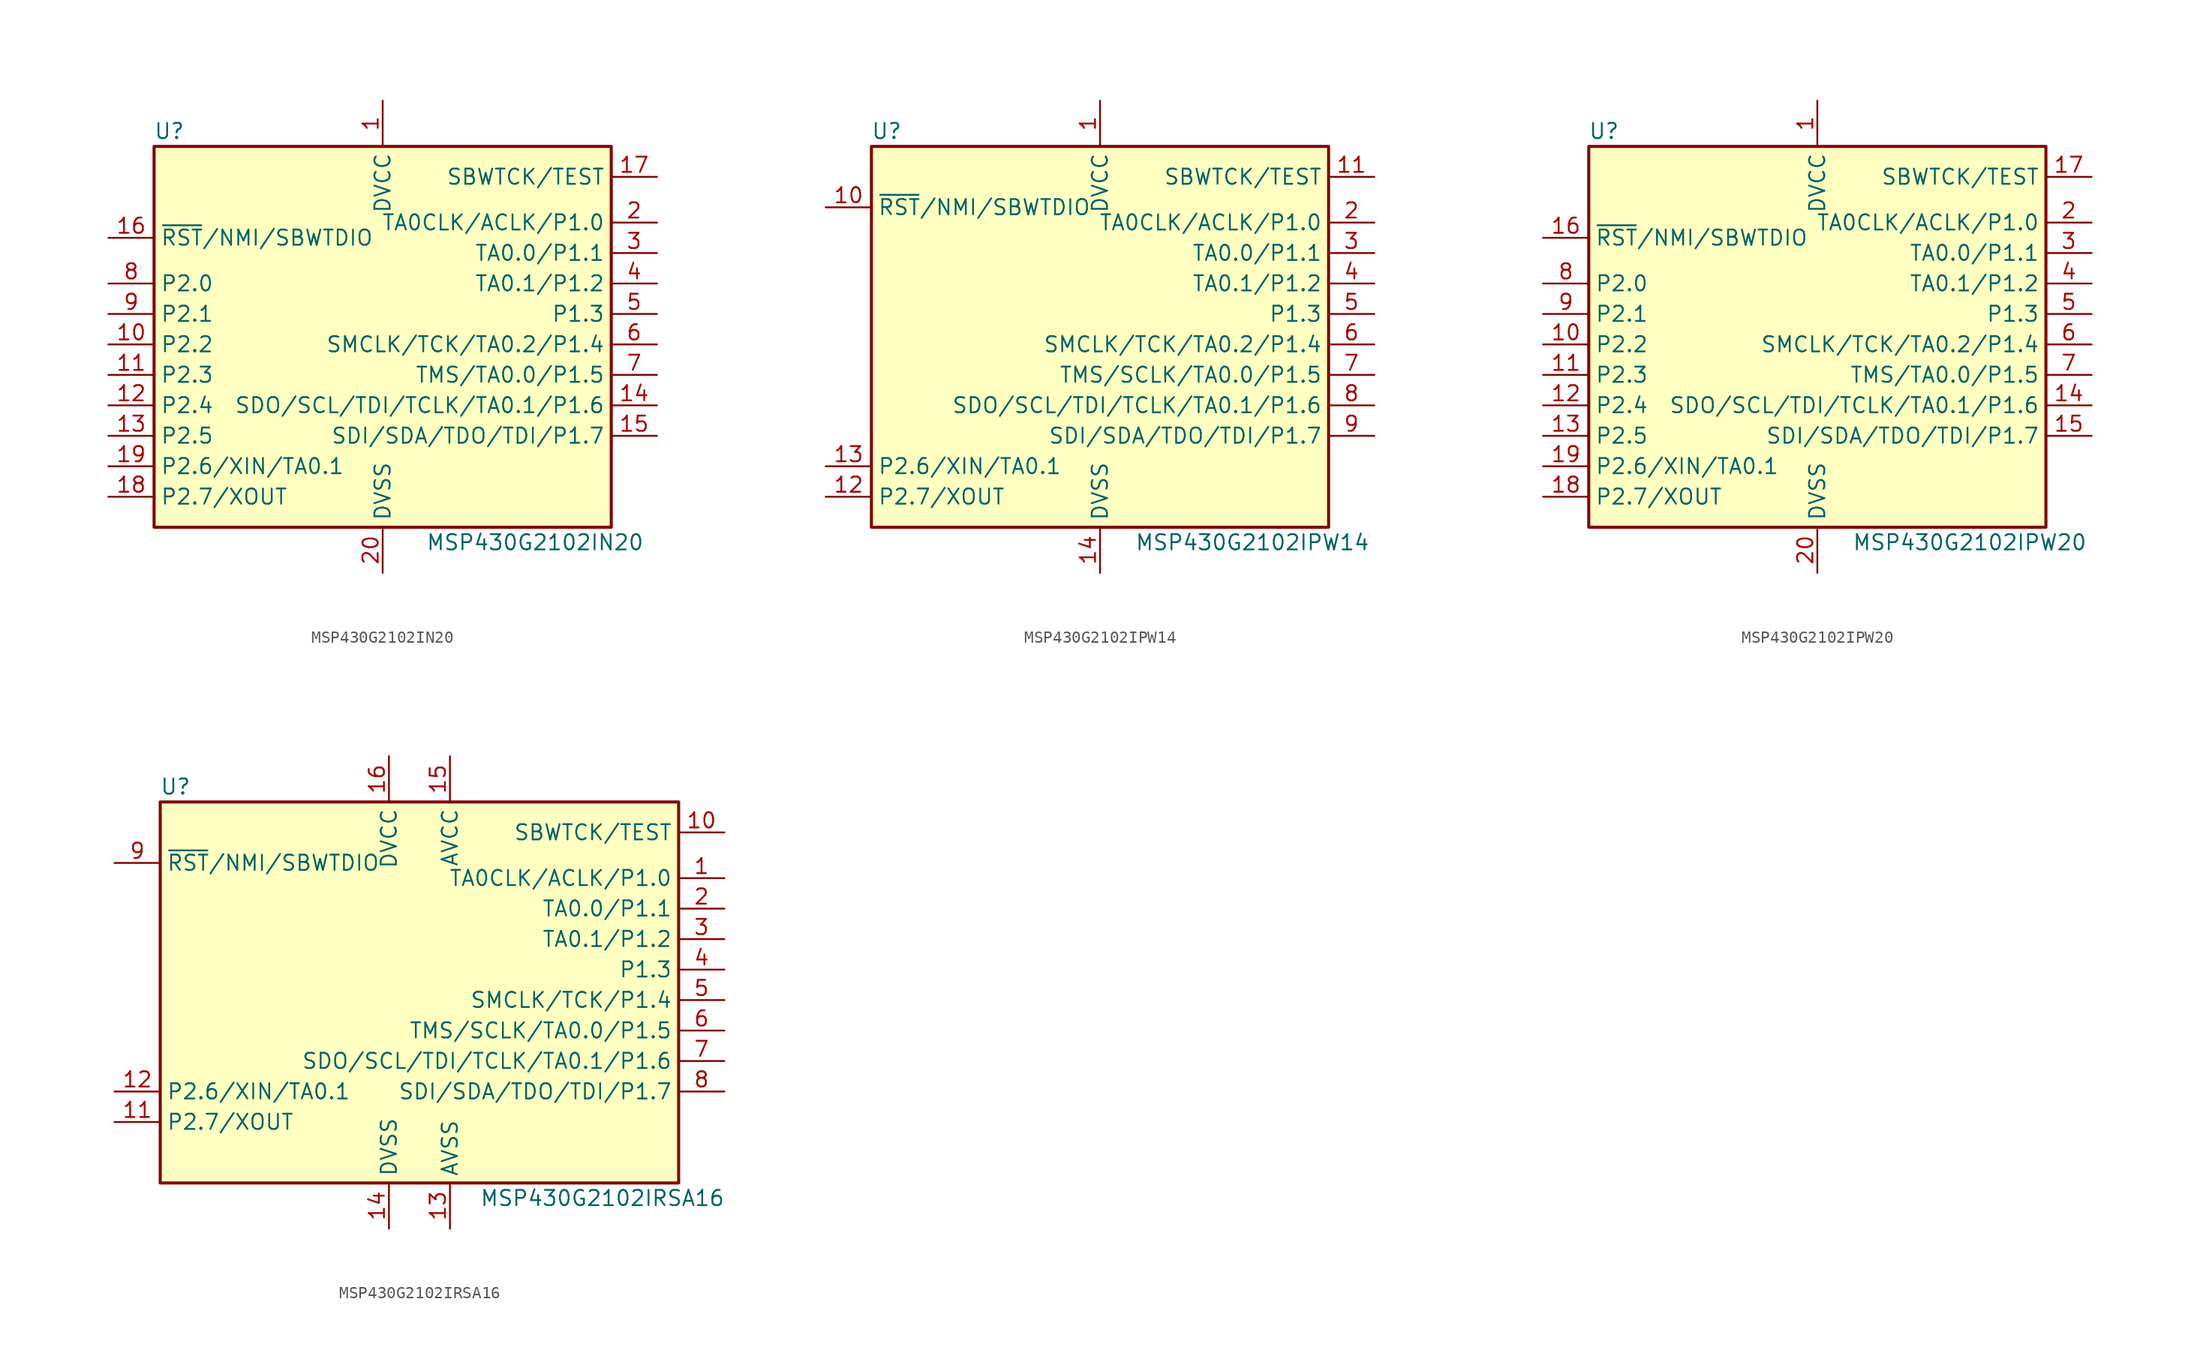
<source format=kicad_sym>
(kicad_symbol_lib
  (version 20201005)
  (generator kicad_symbol_editor)
  (symbol "MCU_Texas_MSP430:MSP430G2102IN20"
    (property "Reference" "U"
      (at -17.78 17.78 0)
      (effects (font (size 1.27 1.27))))
    (property "Value" "MSP430G2102IN20"
      (at 12.7 -16.51 0)
      (effects (font (size 1.27 1.27))))
    (symbol "MSP430G2102IN20_0_1"
      (rectangle (start -19.05 16.51) (end 19.05 -15.24) (stroke (width 0.254)) (fill (type background))))
    (symbol "MSP430G2102IN20_1_1"
      (pin power_in line (at 0 20.32 270) (length 3.81) (name "DVCC" (effects (font (size 1.27 1.27)))) (number "1" (effects (font (size 1.27 1.27)))))
      (pin bidirectional line (at -22.86 0 0) (length 3.81) (name "P2.2" (effects (font (size 1.27 1.27)))) (number "10" (effects (font (size 1.27 1.27)))))
      (pin bidirectional line (at -22.86 -2.54 0) (length 3.81) (name "P2.3" (effects (font (size 1.27 1.27)))) (number "11" (effects (font (size 1.27 1.27)))))
      (pin bidirectional line (at -22.86 -5.08 0) (length 3.81) (name "P2.4" (effects (font (size 1.27 1.27)))) (number "12" (effects (font (size 1.27 1.27)))))
      (pin bidirectional line (at -22.86 -7.62 0) (length 3.81) (name "P2.5" (effects (font (size 1.27 1.27)))) (number "13" (effects (font (size 1.27 1.27)))))
      (pin bidirectional line (at 22.86 -5.08 180) (length 3.81) (name "SDO/SCL/TDI/TCLK/TA0.1/P1.6" (effects (font (size 1.27 1.27)))) (number "14" (effects (font (size 1.27 1.27)))))
      (pin bidirectional line (at 22.86 -7.62 180) (length 3.81) (name "SDI/SDA/TDO/TDI/P1.7" (effects (font (size 1.27 1.27)))) (number "15" (effects (font (size 1.27 1.27)))))
      (pin input line (at -22.86 8.89 0) (length 3.81) (name "~RST~/NMI/SBWTDIO" (effects (font (size 1.27 1.27)))) (number "16" (effects (font (size 1.27 1.27)))))
      (pin input line (at 22.86 13.97 180) (length 3.81) (name "SBWTCK/TEST" (effects (font (size 1.27 1.27)))) (number "17" (effects (font (size 1.27 1.27)))))
      (pin bidirectional line (at -22.86 -12.7 0) (length 3.81) (name "P2.7/XOUT" (effects (font (size 1.27 1.27)))) (number "18" (effects (font (size 1.27 1.27)))))
      (pin bidirectional line (at -22.86 -10.16 0) (length 3.81) (name "P2.6/XIN/TA0.1" (effects (font (size 1.27 1.27)))) (number "19" (effects (font (size 1.27 1.27)))))
      (pin bidirectional line (at 22.86 10.16 180) (length 3.81) (name "TA0CLK/ACLK/P1.0" (effects (font (size 1.27 1.27)))) (number "2" (effects (font (size 1.27 1.27)))))
      (pin power_in line (at 0 -19.05 90) (length 3.81) (name "DVSS" (effects (font (size 1.27 1.27)))) (number "20" (effects (font (size 1.27 1.27)))))
      (pin bidirectional line (at 22.86 7.62 180) (length 3.81) (name "TA0.0/P1.1" (effects (font (size 1.27 1.27)))) (number "3" (effects (font (size 1.27 1.27)))))
      (pin bidirectional line (at 22.86 5.08 180) (length 3.81) (name "TA0.1/P1.2" (effects (font (size 1.27 1.27)))) (number "4" (effects (font (size 1.27 1.27)))))
      (pin bidirectional line (at 22.86 2.54 180) (length 3.81) (name "P1.3" (effects (font (size 1.27 1.27)))) (number "5" (effects (font (size 1.27 1.27)))))
      (pin bidirectional line (at 22.86 0 180) (length 3.81) (name "SMCLK/TCK/TA0.2/P1.4" (effects (font (size 1.27 1.27)))) (number "6" (effects (font (size 1.27 1.27)))))
      (pin bidirectional line (at 22.86 -2.54 180) (length 3.81) (name "TMS/TA0.0/P1.5" (effects (font (size 1.27 1.27)))) (number "7" (effects (font (size 1.27 1.27)))))
      (pin bidirectional line (at -22.86 5.08 0) (length 3.81) (name "P2.0" (effects (font (size 1.27 1.27)))) (number "8" (effects (font (size 1.27 1.27)))))
      (pin bidirectional line (at -22.86 2.54 0) (length 3.81) (name "P2.1" (effects (font (size 1.27 1.27)))) (number "9" (effects (font (size 1.27 1.27)))))))
  (symbol "MCU_Texas_MSP430:MSP430G2102IPW14"
    (property "Reference" "U"
      (at -17.78 17.78 0)
      (effects (font (size 1.27 1.27))))
    (property "Value" "MSP430G2102IPW14"
      (at 12.7 -16.51 0)
      (effects (font (size 1.27 1.27))))
    (symbol "MSP430G2102IPW14_0_1"
      (rectangle (start -19.05 16.51) (end 19.05 -15.24) (stroke (width 0.254)) (fill (type background))))
    (symbol "MSP430G2102IPW14_1_1"
      (pin power_in line (at 0 20.32 270) (length 3.81) (name "DVCC" (effects (font (size 1.27 1.27)))) (number "1" (effects (font (size 1.27 1.27)))))
      (pin input line (at -22.86 11.43 0) (length 3.81) (name "~RST~/NMI/SBWTDIO" (effects (font (size 1.27 1.27)))) (number "10" (effects (font (size 1.27 1.27)))))
      (pin input line (at 22.86 13.97 180) (length 3.81) (name "SBWTCK/TEST" (effects (font (size 1.27 1.27)))) (number "11" (effects (font (size 1.27 1.27)))))
      (pin bidirectional line (at -22.86 -12.7 0) (length 3.81) (name "P2.7/XOUT" (effects (font (size 1.27 1.27)))) (number "12" (effects (font (size 1.27 1.27)))))
      (pin bidirectional line (at -22.86 -10.16 0) (length 3.81) (name "P2.6/XIN/TA0.1" (effects (font (size 1.27 1.27)))) (number "13" (effects (font (size 1.27 1.27)))))
      (pin power_in line (at 0 -19.05 90) (length 3.81) (name "DVSS" (effects (font (size 1.27 1.27)))) (number "14" (effects (font (size 1.27 1.27)))))
      (pin bidirectional line (at 22.86 10.16 180) (length 3.81) (name "TA0CLK/ACLK/P1.0" (effects (font (size 1.27 1.27)))) (number "2" (effects (font (size 1.27 1.27)))))
      (pin bidirectional line (at 22.86 7.62 180) (length 3.81) (name "TA0.0/P1.1" (effects (font (size 1.27 1.27)))) (number "3" (effects (font (size 1.27 1.27)))))
      (pin bidirectional line (at 22.86 5.08 180) (length 3.81) (name "TA0.1/P1.2" (effects (font (size 1.27 1.27)))) (number "4" (effects (font (size 1.27 1.27)))))
      (pin bidirectional line (at 22.86 2.54 180) (length 3.81) (name "P1.3" (effects (font (size 1.27 1.27)))) (number "5" (effects (font (size 1.27 1.27)))))
      (pin bidirectional line (at 22.86 0 180) (length 3.81) (name "SMCLK/TCK/TA0.2/P1.4" (effects (font (size 1.27 1.27)))) (number "6" (effects (font (size 1.27 1.27)))))
      (pin bidirectional line (at 22.86 -2.54 180) (length 3.81) (name "TMS/SCLK/TA0.0/P1.5" (effects (font (size 1.27 1.27)))) (number "7" (effects (font (size 1.27 1.27)))))
      (pin bidirectional line (at 22.86 -5.08 180) (length 3.81) (name "SDO/SCL/TDI/TCLK/TA0.1/P1.6" (effects (font (size 1.27 1.27)))) (number "8" (effects (font (size 1.27 1.27)))))
      (pin bidirectional line (at 22.86 -7.62 180) (length 3.81) (name "SDI/SDA/TDO/TDI/P1.7" (effects (font (size 1.27 1.27)))) (number "9" (effects (font (size 1.27 1.27)))))))
  (symbol "MCU_Texas_MSP430:MSP430G2102IPW20"
    (property "Reference" "U"
      (at -17.78 17.78 0)
      (effects (font (size 1.27 1.27))))
    (property "Value" "MSP430G2102IPW20"
      (at 12.7 -16.51 0)
      (effects (font (size 1.27 1.27))))
    (symbol "MSP430G2102IPW20_0_1"
      (rectangle (start -19.05 16.51) (end 19.05 -15.24) (stroke (width 0.254)) (fill (type background))))
    (symbol "MSP430G2102IPW20_1_1"
      (pin power_in line (at 0 20.32 270) (length 3.81) (name "DVCC" (effects (font (size 1.27 1.27)))) (number "1" (effects (font (size 1.27 1.27)))))
      (pin bidirectional line (at -22.86 0 0) (length 3.81) (name "P2.2" (effects (font (size 1.27 1.27)))) (number "10" (effects (font (size 1.27 1.27)))))
      (pin bidirectional line (at -22.86 -2.54 0) (length 3.81) (name "P2.3" (effects (font (size 1.27 1.27)))) (number "11" (effects (font (size 1.27 1.27)))))
      (pin bidirectional line (at -22.86 -5.08 0) (length 3.81) (name "P2.4" (effects (font (size 1.27 1.27)))) (number "12" (effects (font (size 1.27 1.27)))))
      (pin bidirectional line (at -22.86 -7.62 0) (length 3.81) (name "P2.5" (effects (font (size 1.27 1.27)))) (number "13" (effects (font (size 1.27 1.27)))))
      (pin bidirectional line (at 22.86 -5.08 180) (length 3.81) (name "SDO/SCL/TDI/TCLK/TA0.1/P1.6" (effects (font (size 1.27 1.27)))) (number "14" (effects (font (size 1.27 1.27)))))
      (pin bidirectional line (at 22.86 -7.62 180) (length 3.81) (name "SDI/SDA/TDO/TDI/P1.7" (effects (font (size 1.27 1.27)))) (number "15" (effects (font (size 1.27 1.27)))))
      (pin input line (at -22.86 8.89 0) (length 3.81) (name "~RST~/NMI/SBWTDIO" (effects (font (size 1.27 1.27)))) (number "16" (effects (font (size 1.27 1.27)))))
      (pin input line (at 22.86 13.97 180) (length 3.81) (name "SBWTCK/TEST" (effects (font (size 1.27 1.27)))) (number "17" (effects (font (size 1.27 1.27)))))
      (pin bidirectional line (at -22.86 -12.7 0) (length 3.81) (name "P2.7/XOUT" (effects (font (size 1.27 1.27)))) (number "18" (effects (font (size 1.27 1.27)))))
      (pin bidirectional line (at -22.86 -10.16 0) (length 3.81) (name "P2.6/XIN/TA0.1" (effects (font (size 1.27 1.27)))) (number "19" (effects (font (size 1.27 1.27)))))
      (pin bidirectional line (at 22.86 10.16 180) (length 3.81) (name "TA0CLK/ACLK/P1.0" (effects (font (size 1.27 1.27)))) (number "2" (effects (font (size 1.27 1.27)))))
      (pin power_in line (at 0 -19.05 90) (length 3.81) (name "DVSS" (effects (font (size 1.27 1.27)))) (number "20" (effects (font (size 1.27 1.27)))))
      (pin bidirectional line (at 22.86 7.62 180) (length 3.81) (name "TA0.0/P1.1" (effects (font (size 1.27 1.27)))) (number "3" (effects (font (size 1.27 1.27)))))
      (pin bidirectional line (at 22.86 5.08 180) (length 3.81) (name "TA0.1/P1.2" (effects (font (size 1.27 1.27)))) (number "4" (effects (font (size 1.27 1.27)))))
      (pin bidirectional line (at 22.86 2.54 180) (length 3.81) (name "P1.3" (effects (font (size 1.27 1.27)))) (number "5" (effects (font (size 1.27 1.27)))))
      (pin bidirectional line (at 22.86 0 180) (length 3.81) (name "SMCLK/TCK/TA0.2/P1.4" (effects (font (size 1.27 1.27)))) (number "6" (effects (font (size 1.27 1.27)))))
      (pin bidirectional line (at 22.86 -2.54 180) (length 3.81) (name "TMS/TA0.0/P1.5" (effects (font (size 1.27 1.27)))) (number "7" (effects (font (size 1.27 1.27)))))
      (pin bidirectional line (at -22.86 5.08 0) (length 3.81) (name "P2.0" (effects (font (size 1.27 1.27)))) (number "8" (effects (font (size 1.27 1.27)))))
      (pin bidirectional line (at -22.86 2.54 0) (length 3.81) (name "P2.1" (effects (font (size 1.27 1.27)))) (number "9" (effects (font (size 1.27 1.27)))))))
  (symbol "MCU_Texas_MSP430:MSP430G2102IRSA16"
    (property "Reference" "U"
      (at -20.32 17.78 0)
      (effects (font (size 1.27 1.27))))
    (property "Value" "MSP430G2102IRSA16"
      (at 15.24 -16.51 0)
      (effects (font (size 1.27 1.27))))
    (symbol "MSP430G2102IRSA16_0_1"
      (rectangle (start -21.59 16.51) (end 21.59 -15.24) (stroke (width 0.254)) (fill (type background))))
    (symbol "MSP430G2102IRSA16_1_1"
      (pin bidirectional line (at 25.4 10.16 180) (length 3.81) (name "TA0CLK/ACLK/P1.0" (effects (font (size 1.27 1.27)))) (number "1" (effects (font (size 1.27 1.27)))))
      (pin input line (at 25.4 13.97 180) (length 3.81) (name "SBWTCK/TEST" (effects (font (size 1.27 1.27)))) (number "10" (effects (font (size 1.27 1.27)))))
      (pin bidirectional line (at -25.4 -10.16 0) (length 3.81) (name "P2.7/XOUT" (effects (font (size 1.27 1.27)))) (number "11" (effects (font (size 1.27 1.27)))))
      (pin bidirectional line (at -25.4 -7.62 0) (length 3.81) (name "P2.6/XIN/TA0.1" (effects (font (size 1.27 1.27)))) (number "12" (effects (font (size 1.27 1.27)))))
      (pin power_in line (at 2.54 -19.05 90) (length 3.81) (name "AVSS" (effects (font (size 1.27 1.27)))) (number "13" (effects (font (size 1.27 1.27)))))
      (pin power_in line (at -2.54 -19.05 90) (length 3.81) (name "DVSS" (effects (font (size 1.27 1.27)))) (number "14" (effects (font (size 1.27 1.27)))))
      (pin power_in line (at 2.54 20.32 270) (length 3.81) (name "AVCC" (effects (font (size 1.27 1.27)))) (number "15" (effects (font (size 1.27 1.27)))))
      (pin power_in line (at -2.54 20.32 270) (length 3.81) (name "DVCC" (effects (font (size 1.27 1.27)))) (number "16" (effects (font (size 1.27 1.27)))))
      (pin bidirectional line (at 25.4 7.62 180) (length 3.81) (name "TA0.0/P1.1" (effects (font (size 1.27 1.27)))) (number "2" (effects (font (size 1.27 1.27)))))
      (pin bidirectional line (at 25.4 5.08 180) (length 3.81) (name "TA0.1/P1.2" (effects (font (size 1.27 1.27)))) (number "3" (effects (font (size 1.27 1.27)))))
      (pin bidirectional line (at 25.4 2.54 180) (length 3.81) (name "P1.3" (effects (font (size 1.27 1.27)))) (number "4" (effects (font (size 1.27 1.27)))))
      (pin bidirectional line (at 25.4 0 180) (length 3.81) (name "SMCLK/TCK/P1.4" (effects (font (size 1.27 1.27)))) (number "5" (effects (font (size 1.27 1.27)))))
      (pin bidirectional line (at 25.4 -2.54 180) (length 3.81) (name "TMS/SCLK/TA0.0/P1.5" (effects (font (size 1.27 1.27)))) (number "6" (effects (font (size 1.27 1.27)))))
      (pin bidirectional line (at 25.4 -5.08 180) (length 3.81) (name "SDO/SCL/TDI/TCLK/TA0.1/P1.6" (effects (font (size 1.27 1.27)))) (number "7" (effects (font (size 1.27 1.27)))))
      (pin bidirectional line (at 25.4 -7.62 180) (length 3.81) (name "SDI/SDA/TDO/TDI/P1.7" (effects (font (size 1.27 1.27)))) (number "8" (effects (font (size 1.27 1.27)))))
      (pin input line (at -25.4 11.43 0) (length 3.81) (name "~RST~/NMI/SBWTDIO" (effects (font (size 1.27 1.27)))) (number "9" (effects (font (size 1.27 1.27))))))))
</source>
